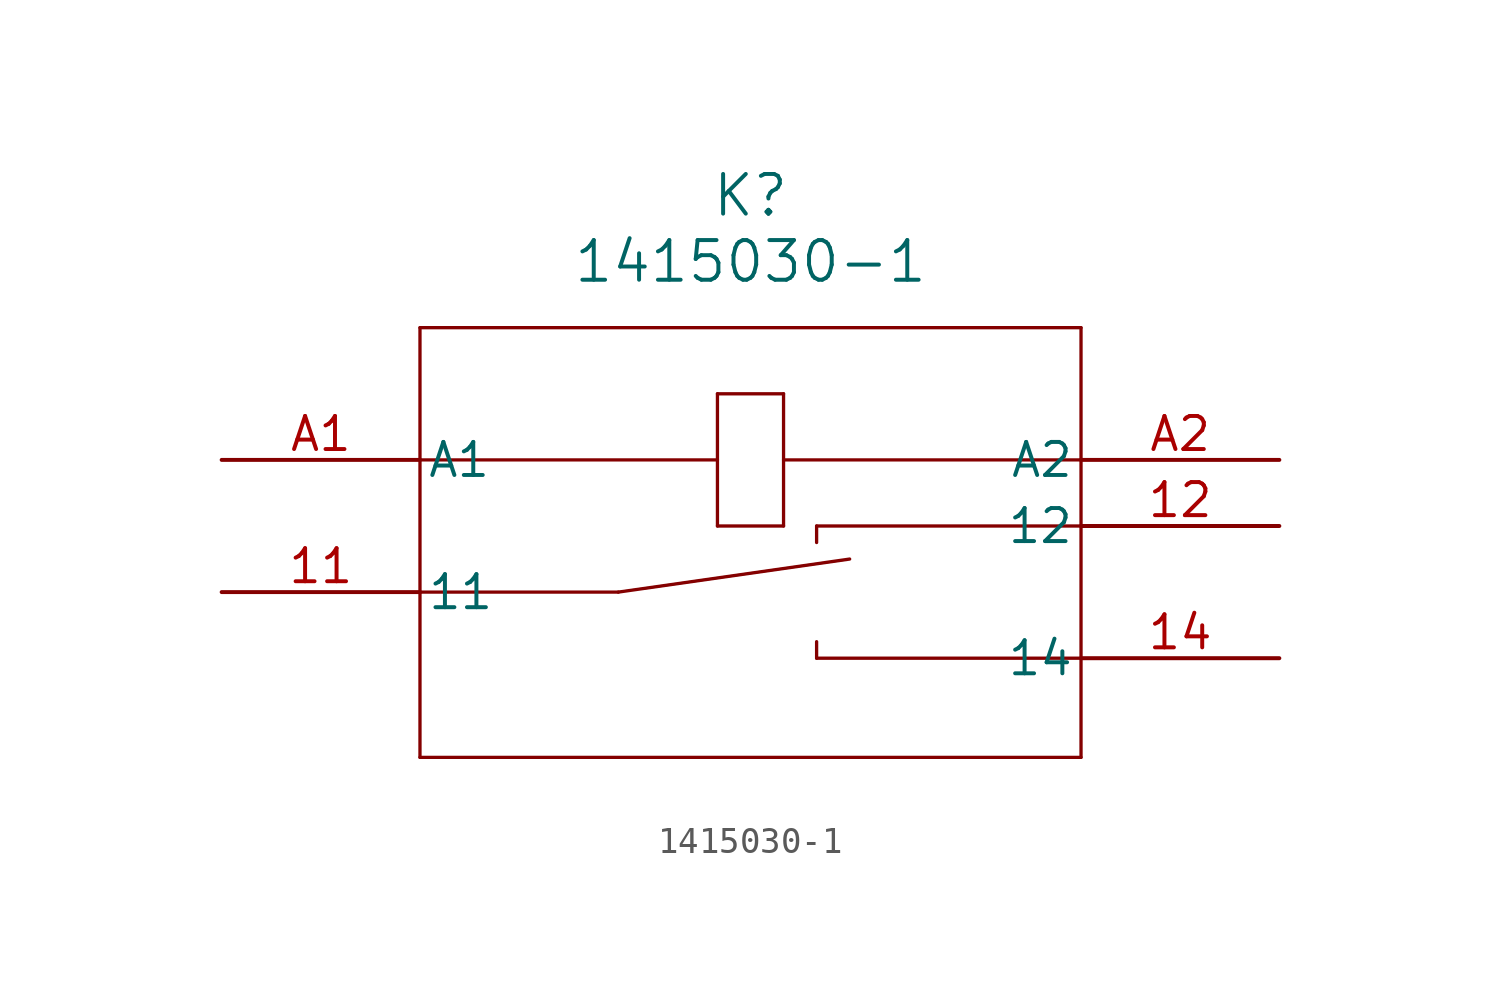
<source format=kicad_sym>
(kicad_symbol_lib
  (version 20211014)
  (generator kicad_symbol_editor)
  (symbol "1415030-1"
    (pin_names
      (offset 0.254))
    (property "Reference" "K"
      (at 20.32 10.16 0)
      (effects (font (size 1.524 1.524))))
    (property "Value" "1415030-1"
      (at 20.32 7.62 0)
      (effects (font (size 1.524 1.524))))
    (symbol "1415030-1_0_1"
      (polyline (pts (xy 33.02 -2.54) (xy 22.86 -2.54)) (stroke (width 0.127) (type default) (color 0 0 0 0)) (fill (type none)))
      (polyline (pts (xy 7.62 5.08) (xy 7.62 -11.43)) (stroke (width 0.127) (type default) (color 0 0 0 0)) (fill (type none)))
      (polyline (pts (xy 7.62 -11.43) (xy 33.02 -11.43)) (stroke (width 0.127) (type default) (color 0 0 0 0)) (fill (type none)))
      (polyline (pts (xy 33.02 -11.43) (xy 33.02 5.08)) (stroke (width 0.127) (type default) (color 0 0 0 0)) (fill (type none)))
      (polyline (pts (xy 33.02 5.08) (xy 7.62 5.08)) (stroke (width 0.127) (type default) (color 0 0 0 0)) (fill (type none)))
      (polyline (pts (xy 22.86 -2.54) (xy 22.86 -3.175)) (stroke (width 0.127) (type default) (color 0 0 0 0)) (fill (type none)))
      (polyline (pts (xy 22.86 -6.985) (xy 22.86 -7.62)) (stroke (width 0.127) (type default) (color 0 0 0 0)) (fill (type none)))
      (polyline (pts (xy 22.86 -7.62) (xy 33.02 -7.62)) (stroke (width 0.127) (type default) (color 0 0 0 0)) (fill (type none)))
      (polyline (pts (xy 19.05 2.54) (xy 19.05 -2.54)) (stroke (width 0.127) (type default) (color 0 0 0 0)) (fill (type none)))
      (polyline (pts (xy 19.05 -2.54) (xy 21.59 -2.54)) (stroke (width 0.127) (type default) (color 0 0 0 0)) (fill (type none)))
      (polyline (pts (xy 21.59 -2.54) (xy 21.59 2.54)) (stroke (width 0.127) (type default) (color 0 0 0 0)) (fill (type none)))
      (polyline (pts (xy 21.59 2.54) (xy 19.05 2.54)) (stroke (width 0.127) (type default) (color 0 0 0 0)) (fill (type none)))
      (polyline (pts (xy 7.62 0) (xy 19.05 0)) (stroke (width 0.127) (type default) (color 0 0 0 0)) (fill (type none)))
      (polyline (pts (xy 21.59 0) (xy 33.02 0)) (stroke (width 0.127) (type default) (color 0 0 0 0)) (fill (type none)))
      (polyline (pts (xy 15.24 -5.08) (xy 7.62 -5.08)) (stroke (width 0.127) (type default) (color 0 0 0 0)) (fill (type none)))
      (polyline (pts (xy 24.13 -3.81) (xy 15.24 -5.08)) (stroke (width 0.127) (type default) (color 0 0 0 0)) (fill (type none)))
      (pin unspecified line (at 0 -5.08 0) (length 7.62) (name "11" (effects (font (size 1.27 1.27)))) (number "11" (effects (font (size 1.27 1.27)))))
      (pin unspecified line (at 40.64 -2.54 180) (length 7.62) (name "12" (effects (font (size 1.27 1.27)))) (number "12" (effects (font (size 1.27 1.27)))))
      (pin unspecified line (at 40.64 -7.62 180) (length 7.62) (name "14" (effects (font (size 1.27 1.27)))) (number "14" (effects (font (size 1.27 1.27)))))
      (pin unspecified line (at 0 0 0) (length 7.62) (name "A1" (effects (font (size 1.27 1.27)))) (number "A1" (effects (font (size 1.27 1.27)))))
      (pin unspecified line (at 40.64 0 180) (length 7.62) (name "A2" (effects (font (size 1.27 1.27)))) (number "A2" (effects (font (size 1.27 1.27))))))))
</source>
